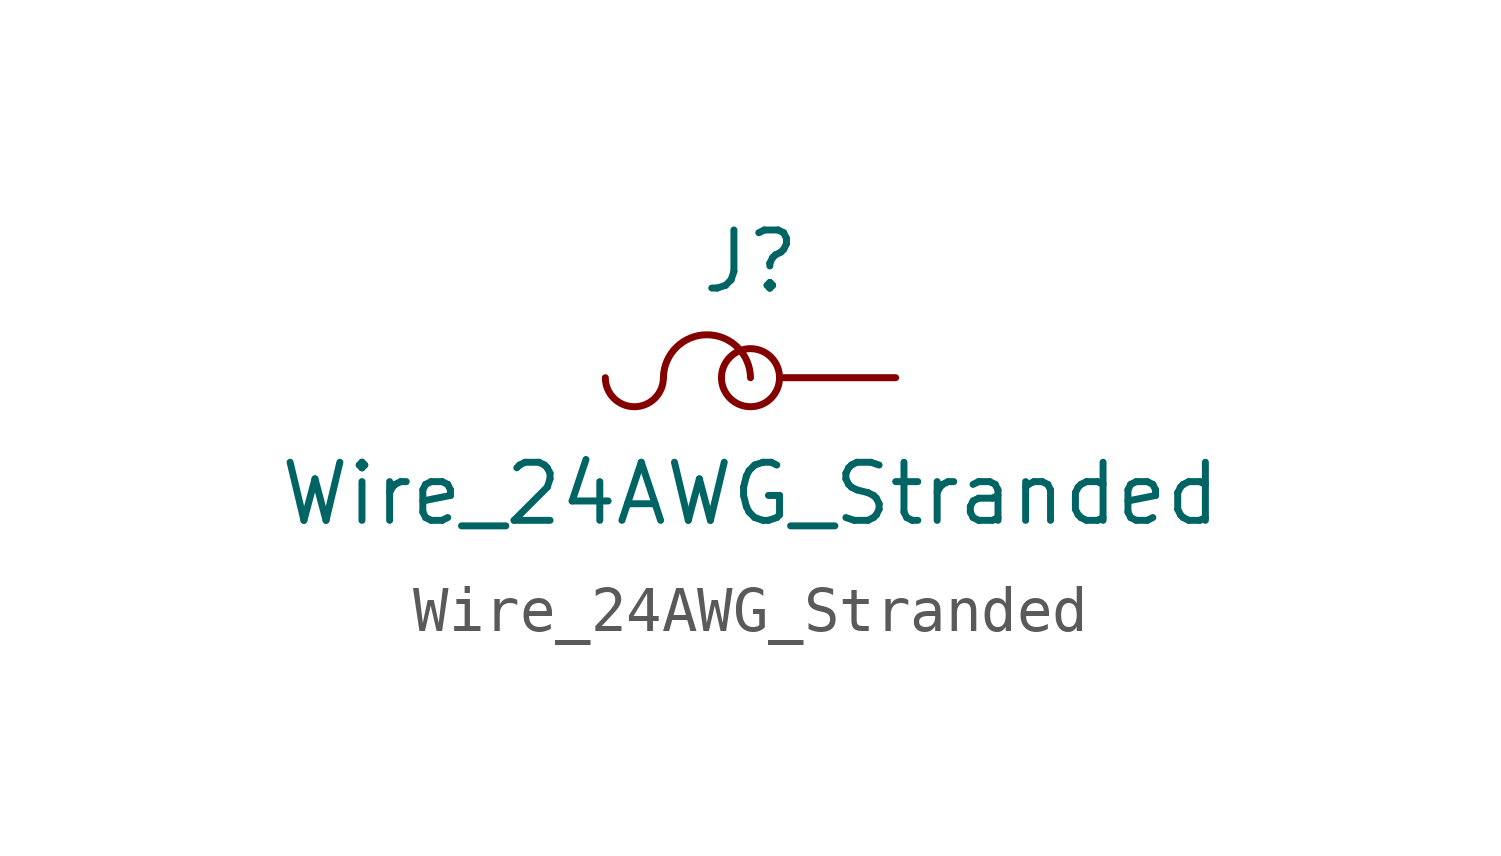
<source format=kicad_sym>
(kicad_symbol_lib
  (version 20211014)
  (generator kicad_symbol_editor)
  (symbol "Wire_24AWG_Stranded"
    (pin_numbers hide)
    (pin_names
      (offset 0) hide)
    (property "Reference" "J"
      (at 0.635 2.54 0)
      (effects (font (size 1.27 1.27))))
    (property "Value" "Wire_24AWG_Stranded"
      (at 0.635 -2.54 0)
      (effects (font (size 1.27 1.27))))
    (symbol "Wire_24AWG_Stranded_0_1"
      (arc (start -2.54 0) (mid -1.905 -0.635) (end -1.27 0) (stroke (width 0) (type default) (color 0 0 0 0)) (fill (type none)))
      (arc (start 0.635 0) (mid -0.3048 0.9398) (end -1.27 0) (stroke (width 0) (type default) (color 0 0 0 0)) (fill (type none)))
      (circle (center 0.635 0) (radius 0.635) (stroke (width 0) (type default) (color 0 0 0 0)) (fill (type none))))
    (symbol "Wire_24AWG_Stranded_1_1"
      (pin input line (at 3.81 0 180) (length 2.54) (name "~" (effects (font (size 1.27 1.27)))) (number "1" (effects (font (size 1.27 1.27))))))))
</source>
